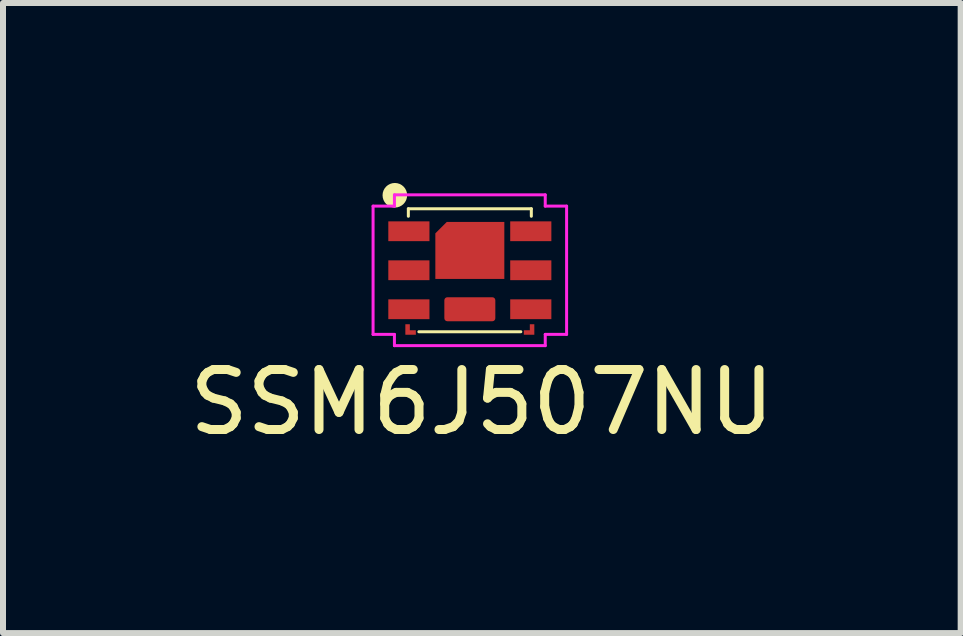
<source format=kicad_pcb>
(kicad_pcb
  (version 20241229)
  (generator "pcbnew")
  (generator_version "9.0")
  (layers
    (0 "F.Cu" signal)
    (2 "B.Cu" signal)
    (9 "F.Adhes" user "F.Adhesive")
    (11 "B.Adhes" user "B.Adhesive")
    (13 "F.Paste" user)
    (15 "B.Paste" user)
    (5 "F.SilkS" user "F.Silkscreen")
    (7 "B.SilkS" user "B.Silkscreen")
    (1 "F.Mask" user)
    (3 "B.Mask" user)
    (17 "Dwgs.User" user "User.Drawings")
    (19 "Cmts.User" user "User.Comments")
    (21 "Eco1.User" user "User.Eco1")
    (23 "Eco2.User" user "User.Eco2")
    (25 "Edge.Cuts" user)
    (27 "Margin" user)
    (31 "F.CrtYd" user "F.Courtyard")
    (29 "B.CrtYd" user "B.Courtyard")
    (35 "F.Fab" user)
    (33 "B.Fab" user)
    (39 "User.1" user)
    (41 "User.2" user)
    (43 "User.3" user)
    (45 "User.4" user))
  (footprint "SSM6J507NU"
    (layer "F.Cu")
    (at 4.782 1.455)
    (property "Reference" "SSM6J507NU" (at 0.2 2.2 0) (layer "F.SilkS") (effects (font (size 1 1) (thickness 0.15))))
    (attr through_hole)
    (fp_poly (pts (xy -1 1) (xy -0.9 1) (xy -0.9 1.075) (xy -1.075 1.075) (xy -1.075 0.9) (xy -1 0.9)) (stroke (width 0) (type solid)) (fill yes) (layer "F.Cu"))
    (fp_poly (pts (xy 1.075 1.075) (xy 0.9 1.075) (xy 0.9 1) (xy 1 1) (xy 1 0.9) (xy 1.075 0.9)) (stroke (width 0) (type solid)) (fill yes) (layer "F.Cu"))
    (fp_poly (pts (xy -1 1) (xy -0.9 1) (xy -0.9 1.075) (xy -1.075 1.075) (xy -1.075 0.9) (xy -1 0.9)) (stroke (width 0) (type solid)) (fill yes) (layer "F.Mask"))
    (fp_poly (pts (xy 1.075 1.075) (xy 0.9 1.075) (xy 0.9 1) (xy 1 1) (xy 1 0.9) (xy 1.075 0.9)) (stroke (width 0) (type solid)) (fill yes) (layer "F.Mask"))
    (fp_line (start -1.025 -1.025) (end 1.025 -1.025) (stroke (width 0.05) (type solid)) (layer "F.SilkS"))
    (fp_line (start -1.025 -0.9) (end -1.025 -1.025) (stroke (width 0.05) (type solid)) (layer "F.SilkS"))
    (fp_line (start -0.85 1.025) (end 0.85 1.025) (stroke (width 0.05) (type solid)) (layer "F.SilkS"))
    (fp_line (start 1.025 -1.025) (end 1.025 -0.9) (stroke (width 0.05) (type solid)) (layer "F.SilkS"))
    (fp_circle (center -1.25 -1.25) (end -1.05 -1.25) (stroke (width 0.01) (type solid)) (fill yes) (layer "F.SilkS"))
    (fp_line (start -1.613 -1.069) (end -1.257 -1.069) (stroke (width 0.05) (type solid)) (layer "F.CrtYd"))
    (fp_line (start -1.613 1.069) (end -1.613 -1.069) (stroke (width 0.05) (type solid)) (layer "F.CrtYd"))
    (fp_line (start -1.257 -1.257) (end 1.257 -1.257) (stroke (width 0.05) (type solid)) (layer "F.CrtYd"))
    (fp_line (start -1.257 -1.069) (end -1.257 -1.257) (stroke (width 0.05) (type solid)) (layer "F.CrtYd"))
    (fp_line (start -1.257 1.069) (end -1.613 1.069) (stroke (width 0.05) (type solid)) (layer "F.CrtYd"))
    (fp_line (start -1.257 1.257) (end -1.257 1.069) (stroke (width 0.05) (type solid)) (layer "F.CrtYd"))
    (fp_line (start 1.257 -1.257) (end 1.257 -1.069) (stroke (width 0.05) (type solid)) (layer "F.CrtYd"))
    (fp_line (start 1.257 -1.069) (end 1.613 -1.069) (stroke (width 0.05) (type solid)) (layer "F.CrtYd"))
    (fp_line (start 1.257 1.069) (end 1.257 1.257) (stroke (width 0.05) (type solid)) (layer "F.CrtYd"))
    (fp_line (start 1.257 1.257) (end -1.257 1.257) (stroke (width 0.05) (type solid)) (layer "F.CrtYd"))
    (fp_line (start 1.613 -1.069) (end 1.613 1.069) (stroke (width 0.05) (type solid)) (layer "F.CrtYd"))
    (fp_line (start 1.613 1.069) (end 1.257 1.069) (stroke (width 0.05) (type solid)) (layer "F.CrtYd"))
    (pad "1" smd rect (at -1.016 0.65 90) (size 0.33 0.686) (layers "F.Cu" "F.Mask" "F.Paste"))
    (pad "2" smd roundrect (at 0 0.65 90) (size 0.4 0.85) (layers "F.Cu" "F.Mask" "F.Paste") (roundrect_rratio 0.125))
    (pad "2" smd rect (at 1.016 0.65 90) (size 0.33 0.686) (layers "F.Cu" "F.Mask" "F.Paste"))
    (pad "3" smd rect (at -1.016 -0.65 90) (size 0.33 0.686) (layers "F.Cu" "F.Mask" "F.Paste"))
    (pad "3" smd rect (at -1.016 0 90) (size 0.33 0.686) (layers "F.Cu" "F.Mask" "F.Paste"))
    (pad "3" smd roundrect (at 0 -0.33) (size 1.15 0.95) (layers "F.Cu" "F.Mask" "F.Paste") (roundrect_rratio 0) (chamfer_ratio 0.2) (chamfer top_left))
    (pad "3" smd rect (at 1.016 -0.65 90) (size 0.33 0.686) (layers "F.Cu" "F.Mask" "F.Paste"))
    (pad "3" smd rect (at 1.016 0 90) (size 0.33 0.686) (layers "F.Cu" "F.Mask" "F.Paste")))
  (gr_rect
    (start -3 -3)
    (end 12.964 7.503)
    (stroke (width 0.1) (type default))
    (fill no)
    (layer "Edge.Cuts")))
</source>
